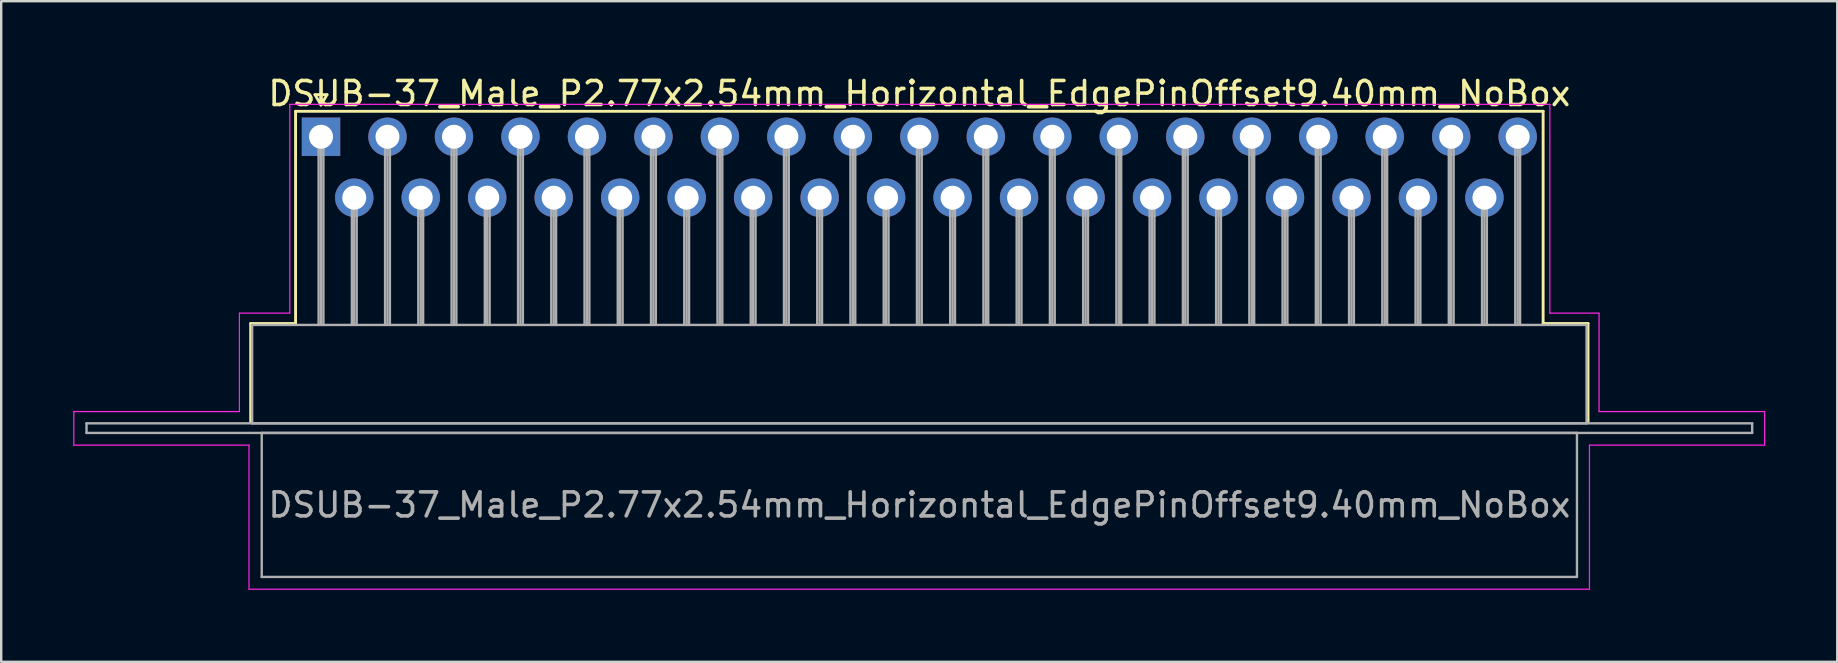
<source format=kicad_pcb>
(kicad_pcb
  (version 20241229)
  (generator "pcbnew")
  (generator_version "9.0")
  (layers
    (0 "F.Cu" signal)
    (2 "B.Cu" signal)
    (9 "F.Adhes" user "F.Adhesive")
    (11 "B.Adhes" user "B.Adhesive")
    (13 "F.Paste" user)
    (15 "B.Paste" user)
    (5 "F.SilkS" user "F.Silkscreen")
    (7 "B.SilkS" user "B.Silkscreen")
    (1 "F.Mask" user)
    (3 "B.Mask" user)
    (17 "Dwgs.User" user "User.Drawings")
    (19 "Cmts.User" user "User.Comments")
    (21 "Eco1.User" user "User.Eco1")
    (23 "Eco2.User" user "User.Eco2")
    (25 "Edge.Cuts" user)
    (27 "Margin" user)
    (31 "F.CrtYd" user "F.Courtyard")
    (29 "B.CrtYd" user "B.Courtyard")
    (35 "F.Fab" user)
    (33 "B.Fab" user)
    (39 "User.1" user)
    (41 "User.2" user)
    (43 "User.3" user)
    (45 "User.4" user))
  (footprint "DSUB-37_Male_P2.77x2.54mm_Horizontal_EdgePinOffset9.40mm_NoBox"
    (layer "F.Cu")
    (at 10.325 2.648)
    (property "Reference" "DSUB-37_Male_P2.77x2.54mm_Horizontal_EdgePinOffset9.40mm_NoBox" (at 24.93 -1.8 0) (layer "F.SilkS") (effects (font (size 1 1) (thickness 0.15))))
    (attr through_hole)
    (fp_line (start -2.93 7.78) (end -1.06 7.78) (stroke (width 0.12) (type solid)) (layer "F.SilkS"))
    (fp_line (start -2.93 11.88) (end -2.93 7.78) (stroke (width 0.12) (type solid)) (layer "F.SilkS"))
    (fp_line (start -1.06 -1.06) (end 50.92 -1.06) (stroke (width 0.12) (type solid)) (layer "F.SilkS"))
    (fp_line (start -1.06 7.78) (end -1.06 -1.06) (stroke (width 0.12) (type solid)) (layer "F.SilkS"))
    (fp_line (start -0.25 -1.754) (end 0.25 -1.754) (stroke (width 0.12) (type solid)) (layer "F.SilkS"))
    (fp_line (start 0 -1.321) (end -0.25 -1.754) (stroke (width 0.12) (type solid)) (layer "F.SilkS"))
    (fp_line (start 0.25 -1.754) (end 0 -1.321) (stroke (width 0.12) (type solid)) (layer "F.SilkS"))
    (fp_line (start 50.92 -1.06) (end 50.92 7.78) (stroke (width 0.12) (type solid)) (layer "F.SilkS"))
    (fp_line (start 50.92 7.78) (end 52.79 7.78) (stroke (width 0.12) (type solid)) (layer "F.SilkS"))
    (fp_line (start 52.79 7.78) (end 52.79 11.88) (stroke (width 0.12) (type solid)) (layer "F.SilkS"))
    (fp_line (start -10.3 11.45) (end -3.4 11.45) (stroke (width 0.05) (type solid)) (layer "F.CrtYd"))
    (fp_line (start -10.3 12.85) (end -10.3 11.45) (stroke (width 0.05) (type solid)) (layer "F.CrtYd"))
    (fp_line (start -3.4 7.35) (end -1.3 7.35) (stroke (width 0.05) (type solid)) (layer "F.CrtYd"))
    (fp_line (start -3.4 11.45) (end -3.4 7.35) (stroke (width 0.05) (type solid)) (layer "F.CrtYd"))
    (fp_line (start -3 12.85) (end -10.3 12.85) (stroke (width 0.05) (type solid)) (layer "F.CrtYd"))
    (fp_line (start -3 18.85) (end -3 12.85) (stroke (width 0.05) (type solid)) (layer "F.CrtYd"))
    (fp_line (start -1.3 -1.35) (end 51.2 -1.35) (stroke (width 0.05) (type solid)) (layer "F.CrtYd"))
    (fp_line (start -1.3 7.35) (end -1.3 -1.35) (stroke (width 0.05) (type solid)) (layer "F.CrtYd"))
    (fp_line (start 51.2 -1.35) (end 51.2 7.35) (stroke (width 0.05) (type solid)) (layer "F.CrtYd"))
    (fp_line (start 51.2 7.35) (end 53.25 7.35) (stroke (width 0.05) (type solid)) (layer "F.CrtYd"))
    (fp_line (start 52.85 12.85) (end 52.85 18.85) (stroke (width 0.05) (type solid)) (layer "F.CrtYd"))
    (fp_line (start 52.85 18.85) (end -3 18.85) (stroke (width 0.05) (type solid)) (layer "F.CrtYd"))
    (fp_line (start 53.25 7.35) (end 53.25 11.45) (stroke (width 0.05) (type solid)) (layer "F.CrtYd"))
    (fp_line (start 53.25 11.45) (end 60.15 11.45) (stroke (width 0.05) (type solid)) (layer "F.CrtYd"))
    (fp_line (start 60.15 11.45) (end 60.15 12.85) (stroke (width 0.05) (type solid)) (layer "F.CrtYd"))
    (fp_line (start 60.15 12.85) (end 52.85 12.85) (stroke (width 0.05) (type solid)) (layer "F.CrtYd"))
    (fp_line (start -9.77 11.94) (end -9.77 12.34) (stroke (width 0.1) (type solid)) (layer "F.Fab"))
    (fp_line (start -9.77 12.34) (end 59.63 12.34) (stroke (width 0.1) (type solid)) (layer "F.Fab"))
    (fp_line (start -2.87 7.84) (end -2.87 11.94) (stroke (width 0.1) (type solid)) (layer "F.Fab"))
    (fp_line (start -2.87 11.94) (end 52.73 11.94) (stroke (width 0.1) (type solid)) (layer "F.Fab"))
    (fp_line (start -2.47 12.34) (end -2.47 18.34) (stroke (width 0.1) (type solid)) (layer "F.Fab"))
    (fp_line (start -2.47 18.34) (end 52.33 18.34) (stroke (width 0.1) (type solid)) (layer "F.Fab"))
    (fp_line (start -0.1 0) (end -0.1 7.84) (stroke (width 0.1) (type solid)) (layer "F.Fab"))
    (fp_line (start 0 0) (end 0 7.84) (stroke (width 0.1) (type solid)) (layer "F.Fab"))
    (fp_line (start 0.1 0) (end 0.1 7.84) (stroke (width 0.1) (type solid)) (layer "F.Fab"))
    (fp_line (start 1.285 2.54) (end 1.285 7.84) (stroke (width 0.1) (type solid)) (layer "F.Fab"))
    (fp_line (start 1.385 2.54) (end 1.385 7.84) (stroke (width 0.1) (type solid)) (layer "F.Fab"))
    (fp_line (start 1.485 2.54) (end 1.485 7.84) (stroke (width 0.1) (type solid)) (layer "F.Fab"))
    (fp_line (start 2.67 0) (end 2.67 7.84) (stroke (width 0.1) (type solid)) (layer "F.Fab"))
    (fp_line (start 2.77 0) (end 2.77 7.84) (stroke (width 0.1) (type solid)) (layer "F.Fab"))
    (fp_line (start 2.87 0) (end 2.87 7.84) (stroke (width 0.1) (type solid)) (layer "F.Fab"))
    (fp_line (start 4.055 2.54) (end 4.055 7.84) (stroke (width 0.1) (type solid)) (layer "F.Fab"))
    (fp_line (start 4.155 2.54) (end 4.155 7.84) (stroke (width 0.1) (type solid)) (layer "F.Fab"))
    (fp_line (start 4.255 2.54) (end 4.255 7.84) (stroke (width 0.1) (type solid)) (layer "F.Fab"))
    (fp_line (start 5.44 0) (end 5.44 7.84) (stroke (width 0.1) (type solid)) (layer "F.Fab"))
    (fp_line (start 5.54 0) (end 5.54 7.84) (stroke (width 0.1) (type solid)) (layer "F.Fab"))
    (fp_line (start 5.64 0) (end 5.64 7.84) (stroke (width 0.1) (type solid)) (layer "F.Fab"))
    (fp_line (start 6.825 2.54) (end 6.825 7.84) (stroke (width 0.1) (type solid)) (layer "F.Fab"))
    (fp_line (start 6.925 2.54) (end 6.925 7.84) (stroke (width 0.1) (type solid)) (layer "F.Fab"))
    (fp_line (start 7.025 2.54) (end 7.025 7.84) (stroke (width 0.1) (type solid)) (layer "F.Fab"))
    (fp_line (start 8.21 0) (end 8.21 7.84) (stroke (width 0.1) (type solid)) (layer "F.Fab"))
    (fp_line (start 8.31 0) (end 8.31 7.84) (stroke (width 0.1) (type solid)) (layer "F.Fab"))
    (fp_line (start 8.41 0) (end 8.41 7.84) (stroke (width 0.1) (type solid)) (layer "F.Fab"))
    (fp_line (start 9.595 2.54) (end 9.595 7.84) (stroke (width 0.1) (type solid)) (layer "F.Fab"))
    (fp_line (start 9.695 2.54) (end 9.695 7.84) (stroke (width 0.1) (type solid)) (layer "F.Fab"))
    (fp_line (start 9.795 2.54) (end 9.795 7.84) (stroke (width 0.1) (type solid)) (layer "F.Fab"))
    (fp_line (start 10.98 0) (end 10.98 7.84) (stroke (width 0.1) (type solid)) (layer "F.Fab"))
    (fp_line (start 11.08 0) (end 11.08 7.84) (stroke (width 0.1) (type solid)) (layer "F.Fab"))
    (fp_line (start 11.18 0) (end 11.18 7.84) (stroke (width 0.1) (type solid)) (layer "F.Fab"))
    (fp_line (start 12.365 2.54) (end 12.365 7.84) (stroke (width 0.1) (type solid)) (layer "F.Fab"))
    (fp_line (start 12.465 2.54) (end 12.465 7.84) (stroke (width 0.1) (type solid)) (layer "F.Fab"))
    (fp_line (start 12.565 2.54) (end 12.565 7.84) (stroke (width 0.1) (type solid)) (layer "F.Fab"))
    (fp_line (start 13.75 0) (end 13.75 7.84) (stroke (width 0.1) (type solid)) (layer "F.Fab"))
    (fp_line (start 13.85 0) (end 13.85 7.84) (stroke (width 0.1) (type solid)) (layer "F.Fab"))
    (fp_line (start 13.95 0) (end 13.95 7.84) (stroke (width 0.1) (type solid)) (layer "F.Fab"))
    (fp_line (start 15.135 2.54) (end 15.135 7.84) (stroke (width 0.1) (type solid)) (layer "F.Fab"))
    (fp_line (start 15.235 2.54) (end 15.235 7.84) (stroke (width 0.1) (type solid)) (layer "F.Fab"))
    (fp_line (start 15.335 2.54) (end 15.335 7.84) (stroke (width 0.1) (type solid)) (layer "F.Fab"))
    (fp_line (start 16.52 0) (end 16.52 7.84) (stroke (width 0.1) (type solid)) (layer "F.Fab"))
    (fp_line (start 16.62 0) (end 16.62 7.84) (stroke (width 0.1) (type solid)) (layer "F.Fab"))
    (fp_line (start 16.72 0) (end 16.72 7.84) (stroke (width 0.1) (type solid)) (layer "F.Fab"))
    (fp_line (start 17.905 2.54) (end 17.905 7.84) (stroke (width 0.1) (type solid)) (layer "F.Fab"))
    (fp_line (start 18.005 2.54) (end 18.005 7.84) (stroke (width 0.1) (type solid)) (layer "F.Fab"))
    (fp_line (start 18.105 2.54) (end 18.105 7.84) (stroke (width 0.1) (type solid)) (layer "F.Fab"))
    (fp_line (start 19.29 0) (end 19.29 7.84) (stroke (width 0.1) (type solid)) (layer "F.Fab"))
    (fp_line (start 19.39 0) (end 19.39 7.84) (stroke (width 0.1) (type solid)) (layer "F.Fab"))
    (fp_line (start 19.49 0) (end 19.49 7.84) (stroke (width 0.1) (type solid)) (layer "F.Fab"))
    (fp_line (start 20.675 2.54) (end 20.675 7.84) (stroke (width 0.1) (type solid)) (layer "F.Fab"))
    (fp_line (start 20.775 2.54) (end 20.775 7.84) (stroke (width 0.1) (type solid)) (layer "F.Fab"))
    (fp_line (start 20.875 2.54) (end 20.875 7.84) (stroke (width 0.1) (type solid)) (layer "F.Fab"))
    (fp_line (start 22.06 0) (end 22.06 7.84) (stroke (width 0.1) (type solid)) (layer "F.Fab"))
    (fp_line (start 22.16 0) (end 22.16 7.84) (stroke (width 0.1) (type solid)) (layer "F.Fab"))
    (fp_line (start 22.26 0) (end 22.26 7.84) (stroke (width 0.1) (type solid)) (layer "F.Fab"))
    (fp_line (start 23.445 2.54) (end 23.445 7.84) (stroke (width 0.1) (type solid)) (layer "F.Fab"))
    (fp_line (start 23.545 2.54) (end 23.545 7.84) (stroke (width 0.1) (type solid)) (layer "F.Fab"))
    (fp_line (start 23.645 2.54) (end 23.645 7.84) (stroke (width 0.1) (type solid)) (layer "F.Fab"))
    (fp_line (start 24.83 0) (end 24.83 7.84) (stroke (width 0.1) (type solid)) (layer "F.Fab"))
    (fp_line (start 24.93 0) (end 24.93 7.84) (stroke (width 0.1) (type solid)) (layer "F.Fab"))
    (fp_line (start 25.03 0) (end 25.03 7.84) (stroke (width 0.1) (type solid)) (layer "F.Fab"))
    (fp_line (start 26.215 2.54) (end 26.215 7.84) (stroke (width 0.1) (type solid)) (layer "F.Fab"))
    (fp_line (start 26.315 2.54) (end 26.315 7.84) (stroke (width 0.1) (type solid)) (layer "F.Fab"))
    (fp_line (start 26.415 2.54) (end 26.415 7.84) (stroke (width 0.1) (type solid)) (layer "F.Fab"))
    (fp_line (start 27.6 0) (end 27.6 7.84) (stroke (width 0.1) (type solid)) (layer "F.Fab"))
    (fp_line (start 27.7 0) (end 27.7 7.84) (stroke (width 0.1) (type solid)) (layer "F.Fab"))
    (fp_line (start 27.8 0) (end 27.8 7.84) (stroke (width 0.1) (type solid)) (layer "F.Fab"))
    (fp_line (start 28.985 2.54) (end 28.985 7.84) (stroke (width 0.1) (type solid)) (layer "F.Fab"))
    (fp_line (start 29.085 2.54) (end 29.085 7.84) (stroke (width 0.1) (type solid)) (layer "F.Fab"))
    (fp_line (start 29.185 2.54) (end 29.185 7.84) (stroke (width 0.1) (type solid)) (layer "F.Fab"))
    (fp_line (start 30.37 0) (end 30.37 7.84) (stroke (width 0.1) (type solid)) (layer "F.Fab"))
    (fp_line (start 30.47 0) (end 30.47 7.84) (stroke (width 0.1) (type solid)) (layer "F.Fab"))
    (fp_line (start 30.57 0) (end 30.57 7.84) (stroke (width 0.1) (type solid)) (layer "F.Fab"))
    (fp_line (start 31.755 2.54) (end 31.755 7.84) (stroke (width 0.1) (type solid)) (layer "F.Fab"))
    (fp_line (start 31.855 2.54) (end 31.855 7.84) (stroke (width 0.1) (type solid)) (layer "F.Fab"))
    (fp_line (start 31.955 2.54) (end 31.955 7.84) (stroke (width 0.1) (type solid)) (layer "F.Fab"))
    (fp_line (start 33.14 0) (end 33.14 7.84) (stroke (width 0.1) (type solid)) (layer "F.Fab"))
    (fp_line (start 33.24 0) (end 33.24 7.84) (stroke (width 0.1) (type solid)) (layer "F.Fab"))
    (fp_line (start 33.34 0) (end 33.34 7.84) (stroke (width 0.1) (type solid)) (layer "F.Fab"))
    (fp_line (start 34.525 2.54) (end 34.525 7.84) (stroke (width 0.1) (type solid)) (layer "F.Fab"))
    (fp_line (start 34.625 2.54) (end 34.625 7.84) (stroke (width 0.1) (type solid)) (layer "F.Fab"))
    (fp_line (start 34.725 2.54) (end 34.725 7.84) (stroke (width 0.1) (type solid)) (layer "F.Fab"))
    (fp_line (start 35.91 0) (end 35.91 7.84) (stroke (width 0.1) (type solid)) (layer "F.Fab"))
    (fp_line (start 36.01 0) (end 36.01 7.84) (stroke (width 0.1) (type solid)) (layer "F.Fab"))
    (fp_line (start 36.11 0) (end 36.11 7.84) (stroke (width 0.1) (type solid)) (layer "F.Fab"))
    (fp_line (start 37.295 2.54) (end 37.295 7.84) (stroke (width 0.1) (type solid)) (layer "F.Fab"))
    (fp_line (start 37.395 2.54) (end 37.395 7.84) (stroke (width 0.1) (type solid)) (layer "F.Fab"))
    (fp_line (start 37.495 2.54) (end 37.495 7.84) (stroke (width 0.1) (type solid)) (layer "F.Fab"))
    (fp_line (start 38.68 0) (end 38.68 7.84) (stroke (width 0.1) (type solid)) (layer "F.Fab"))
    (fp_line (start 38.78 0) (end 38.78 7.84) (stroke (width 0.1) (type solid)) (layer "F.Fab"))
    (fp_line (start 38.88 0) (end 38.88 7.84) (stroke (width 0.1) (type solid)) (layer "F.Fab"))
    (fp_line (start 40.065 2.54) (end 40.065 7.84) (stroke (width 0.1) (type solid)) (layer "F.Fab"))
    (fp_line (start 40.165 2.54) (end 40.165 7.84) (stroke (width 0.1) (type solid)) (layer "F.Fab"))
    (fp_line (start 40.265 2.54) (end 40.265 7.84) (stroke (width 0.1) (type solid)) (layer "F.Fab"))
    (fp_line (start 41.45 0) (end 41.45 7.84) (stroke (width 0.1) (type solid)) (layer "F.Fab"))
    (fp_line (start 41.55 0) (end 41.55 7.84) (stroke (width 0.1) (type solid)) (layer "F.Fab"))
    (fp_line (start 41.65 0) (end 41.65 7.84) (stroke (width 0.1) (type solid)) (layer "F.Fab"))
    (fp_line (start 42.835 2.54) (end 42.835 7.84) (stroke (width 0.1) (type solid)) (layer "F.Fab"))
    (fp_line (start 42.935 2.54) (end 42.935 7.84) (stroke (width 0.1) (type solid)) (layer "F.Fab"))
    (fp_line (start 43.035 2.54) (end 43.035 7.84) (stroke (width 0.1) (type solid)) (layer "F.Fab"))
    (fp_line (start 44.22 0) (end 44.22 7.84) (stroke (width 0.1) (type solid)) (layer "F.Fab"))
    (fp_line (start 44.32 0) (end 44.32 7.84) (stroke (width 0.1) (type solid)) (layer "F.Fab"))
    (fp_line (start 44.42 0) (end 44.42 7.84) (stroke (width 0.1) (type solid)) (layer "F.Fab"))
    (fp_line (start 45.605 2.54) (end 45.605 7.84) (stroke (width 0.1) (type solid)) (layer "F.Fab"))
    (fp_line (start 45.705 2.54) (end 45.705 7.84) (stroke (width 0.1) (type solid)) (layer "F.Fab"))
    (fp_line (start 45.805 2.54) (end 45.805 7.84) (stroke (width 0.1) (type solid)) (layer "F.Fab"))
    (fp_line (start 46.99 0) (end 46.99 7.84) (stroke (width 0.1) (type solid)) (layer "F.Fab"))
    (fp_line (start 47.09 0) (end 47.09 7.84) (stroke (width 0.1) (type solid)) (layer "F.Fab"))
    (fp_line (start 47.19 0) (end 47.19 7.84) (stroke (width 0.1) (type solid)) (layer "F.Fab"))
    (fp_line (start 48.375 2.54) (end 48.375 7.84) (stroke (width 0.1) (type solid)) (layer "F.Fab"))
    (fp_line (start 48.475 2.54) (end 48.475 7.84) (stroke (width 0.1) (type solid)) (layer "F.Fab"))
    (fp_line (start 48.575 2.54) (end 48.575 7.84) (stroke (width 0.1) (type solid)) (layer "F.Fab"))
    (fp_line (start 49.76 0) (end 49.76 7.84) (stroke (width 0.1) (type solid)) (layer "F.Fab"))
    (fp_line (start 49.86 0) (end 49.86 7.84) (stroke (width 0.1) (type solid)) (layer "F.Fab"))
    (fp_line (start 49.96 0) (end 49.96 7.84) (stroke (width 0.1) (type solid)) (layer "F.Fab"))
    (fp_line (start 52.33 12.34) (end -2.47 12.34) (stroke (width 0.1) (type solid)) (layer "F.Fab"))
    (fp_line (start 52.33 18.34) (end 52.33 12.34) (stroke (width 0.1) (type solid)) (layer "F.Fab"))
    (fp_line (start 52.73 7.84) (end -2.87 7.84) (stroke (width 0.1) (type solid)) (layer "F.Fab"))
    (fp_line (start 52.73 11.94) (end 52.73 7.84) (stroke (width 0.1) (type solid)) (layer "F.Fab"))
    (fp_line (start 59.63 11.94) (end -9.77 11.94) (stroke (width 0.1) (type solid)) (layer "F.Fab"))
    (fp_line (start 59.63 12.34) (end 59.63 11.94) (stroke (width 0.1) (type solid)) (layer "F.Fab"))
    (fp_text user "${REFERENCE}" (at 24.93 15.34 0) (layer "F.Fab") (effects (font (size 1 1) (thickness 0.15))))
    (pad "1" thru_hole rect (at 0 0) (size 1.6 1.6) (drill 1) (layers "*.Cu" "*.Mask"))
    (pad "2" thru_hole circle (at 2.77 0) (size 1.6 1.6) (drill 1) (layers "*.Cu" "*.Mask"))
    (pad "3" thru_hole circle (at 5.54 0) (size 1.6 1.6) (drill 1) (layers "*.Cu" "*.Mask"))
    (pad "4" thru_hole circle (at 8.31 0) (size 1.6 1.6) (drill 1) (layers "*.Cu" "*.Mask"))
    (pad "5" thru_hole circle (at 11.08 0) (size 1.6 1.6) (drill 1) (layers "*.Cu" "*.Mask"))
    (pad "6" thru_hole circle (at 13.85 0) (size 1.6 1.6) (drill 1) (layers "*.Cu" "*.Mask"))
    (pad "7" thru_hole circle (at 16.62 0) (size 1.6 1.6) (drill 1) (layers "*.Cu" "*.Mask"))
    (pad "8" thru_hole circle (at 19.39 0) (size 1.6 1.6) (drill 1) (layers "*.Cu" "*.Mask"))
    (pad "9" thru_hole circle (at 22.16 0) (size 1.6 1.6) (drill 1) (layers "*.Cu" "*.Mask"))
    (pad "10" thru_hole circle (at 24.93 0) (size 1.6 1.6) (drill 1) (layers "*.Cu" "*.Mask"))
    (pad "11" thru_hole circle (at 27.7 0) (size 1.6 1.6) (drill 1) (layers "*.Cu" "*.Mask"))
    (pad "12" thru_hole circle (at 30.47 0) (size 1.6 1.6) (drill 1) (layers "*.Cu" "*.Mask"))
    (pad "13" thru_hole circle (at 33.24 0) (size 1.6 1.6) (drill 1) (layers "*.Cu" "*.Mask"))
    (pad "14" thru_hole circle (at 36.01 0) (size 1.6 1.6) (drill 1) (layers "*.Cu" "*.Mask"))
    (pad "15" thru_hole circle (at 38.78 0) (size 1.6 1.6) (drill 1) (layers "*.Cu" "*.Mask"))
    (pad "16" thru_hole circle (at 41.55 0) (size 1.6 1.6) (drill 1) (layers "*.Cu" "*.Mask"))
    (pad "17" thru_hole circle (at 44.32 0) (size 1.6 1.6) (drill 1) (layers "*.Cu" "*.Mask"))
    (pad "18" thru_hole circle (at 47.09 0) (size 1.6 1.6) (drill 1) (layers "*.Cu" "*.Mask"))
    (pad "19" thru_hole circle (at 49.86 0) (size 1.6 1.6) (drill 1) (layers "*.Cu" "*.Mask"))
    (pad "20" thru_hole circle (at 1.385 2.54) (size 1.6 1.6) (drill 1) (layers "*.Cu" "*.Mask"))
    (pad "21" thru_hole circle (at 4.155 2.54) (size 1.6 1.6) (drill 1) (layers "*.Cu" "*.Mask"))
    (pad "22" thru_hole circle (at 6.925 2.54) (size 1.6 1.6) (drill 1) (layers "*.Cu" "*.Mask"))
    (pad "23" thru_hole circle (at 9.695 2.54) (size 1.6 1.6) (drill 1) (layers "*.Cu" "*.Mask"))
    (pad "24" thru_hole circle (at 12.465 2.54) (size 1.6 1.6) (drill 1) (layers "*.Cu" "*.Mask"))
    (pad "25" thru_hole circle (at 15.235 2.54) (size 1.6 1.6) (drill 1) (layers "*.Cu" "*.Mask"))
    (pad "26" thru_hole circle (at 18.005 2.54) (size 1.6 1.6) (drill 1) (layers "*.Cu" "*.Mask"))
    (pad "27" thru_hole circle (at 20.775 2.54) (size 1.6 1.6) (drill 1) (layers "*.Cu" "*.Mask"))
    (pad "28" thru_hole circle (at 23.545 2.54) (size 1.6 1.6) (drill 1) (layers "*.Cu" "*.Mask"))
    (pad "29" thru_hole circle (at 26.315 2.54) (size 1.6 1.6) (drill 1) (layers "*.Cu" "*.Mask"))
    (pad "30" thru_hole circle (at 29.085 2.54) (size 1.6 1.6) (drill 1) (layers "*.Cu" "*.Mask"))
    (pad "31" thru_hole circle (at 31.855 2.54) (size 1.6 1.6) (drill 1) (layers "*.Cu" "*.Mask"))
    (pad "32" thru_hole circle (at 34.625 2.54) (size 1.6 1.6) (drill 1) (layers "*.Cu" "*.Mask"))
    (pad "33" thru_hole circle (at 37.395 2.54) (size 1.6 1.6) (drill 1) (layers "*.Cu" "*.Mask"))
    (pad "34" thru_hole circle (at 40.165 2.54) (size 1.6 1.6) (drill 1) (layers "*.Cu" "*.Mask"))
    (pad "35" thru_hole circle (at 42.935 2.54) (size 1.6 1.6) (drill 1) (layers "*.Cu" "*.Mask"))
    (pad "36" thru_hole circle (at 45.705 2.54) (size 1.6 1.6) (drill 1) (layers "*.Cu" "*.Mask"))
    (pad "37" thru_hole circle (at 48.475 2.54) (size 1.6 1.6) (drill 1) (layers "*.Cu" "*.Mask")))
  (gr_rect
    (start -3 -3)
    (end 73.5 24.523)
    (stroke (width 0.1) (type default))
    (fill no)
    (layer "Edge.Cuts")))
</source>
